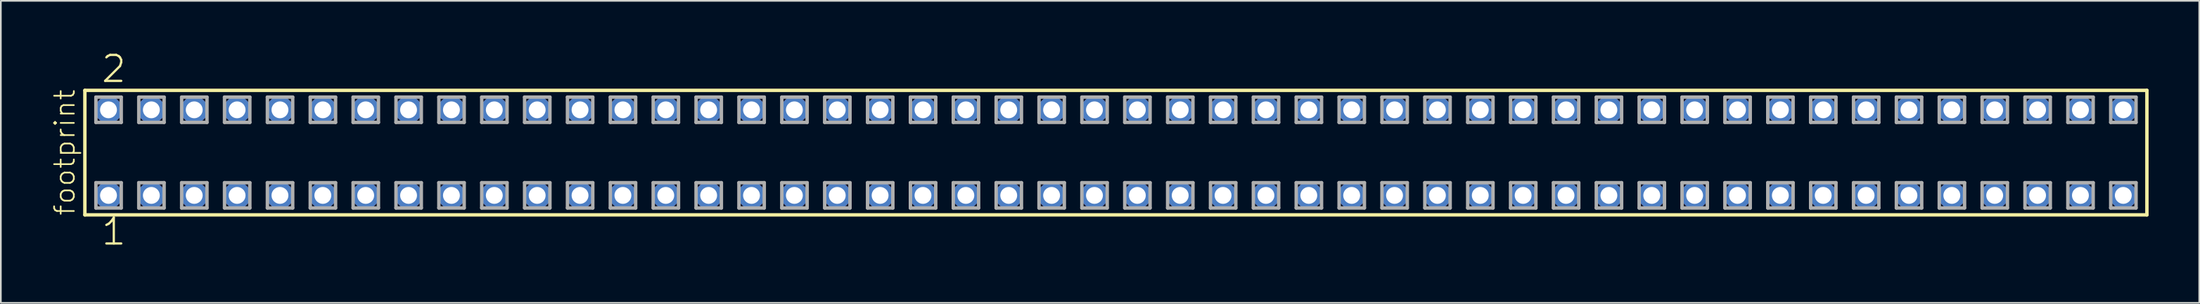
<source format=kicad_pcb>
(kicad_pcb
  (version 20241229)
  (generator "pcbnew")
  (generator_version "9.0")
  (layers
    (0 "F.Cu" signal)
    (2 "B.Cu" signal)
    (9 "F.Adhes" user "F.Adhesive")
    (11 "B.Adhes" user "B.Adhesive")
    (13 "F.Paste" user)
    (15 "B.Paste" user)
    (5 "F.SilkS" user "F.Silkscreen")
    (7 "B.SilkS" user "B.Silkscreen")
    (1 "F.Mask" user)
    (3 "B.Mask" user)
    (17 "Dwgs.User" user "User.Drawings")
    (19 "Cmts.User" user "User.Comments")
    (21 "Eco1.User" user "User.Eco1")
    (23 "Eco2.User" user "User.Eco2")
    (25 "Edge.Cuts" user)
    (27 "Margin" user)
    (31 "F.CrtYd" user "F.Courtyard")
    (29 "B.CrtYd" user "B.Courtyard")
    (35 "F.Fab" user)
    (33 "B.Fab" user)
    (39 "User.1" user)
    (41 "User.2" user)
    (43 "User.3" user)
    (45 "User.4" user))
  (footprint "footprint"
    (layer "F.Cu")
    (at 63.068 6.009)
    (property "Reference" "footprint" (at -61.595 3.81 90) (layer "F.SilkS") (effects (font (size 1.168 1.168) (thickness 0.102)) (justify left bottom)))
    (fp_line (start -61.089 -3.695) (end 61.089 -3.695) (stroke (width 0.203) (type solid)) (layer "F.SilkS"))
    (fp_line (start -61.089 3.695) (end -61.089 -3.695) (stroke (width 0.203) (type solid)) (layer "F.SilkS"))
    (fp_line (start 61.089 -3.695) (end 61.089 3.695) (stroke (width 0.203) (type solid)) (layer "F.SilkS"))
    (fp_line (start 61.089 3.695) (end -61.089 3.695) (stroke (width 0.203) (type solid)) (layer "F.SilkS"))
    (fp_line (start -60.435 -3.295) (end -58.935 -3.295) (stroke (width 0.203) (type solid)) (layer "F.Fab"))
    (fp_line (start -60.435 -1.795) (end -60.435 -3.295) (stroke (width 0.203) (type solid)) (layer "F.Fab"))
    (fp_line (start -60.435 1.785) (end -58.935 1.785) (stroke (width 0.203) (type solid)) (layer "F.Fab"))
    (fp_line (start -60.435 3.285) (end -60.435 1.785) (stroke (width 0.203) (type solid)) (layer "F.Fab"))
    (fp_line (start -58.935 -3.295) (end -58.935 -1.795) (stroke (width 0.203) (type solid)) (layer "F.Fab"))
    (fp_line (start -58.935 -1.795) (end -60.435 -1.795) (stroke (width 0.203) (type solid)) (layer "F.Fab"))
    (fp_line (start -58.935 1.785) (end -58.935 3.285) (stroke (width 0.203) (type solid)) (layer "F.Fab"))
    (fp_line (start -58.935 3.285) (end -60.435 3.285) (stroke (width 0.203) (type solid)) (layer "F.Fab"))
    (fp_line (start -57.895 -3.295) (end -56.395 -3.295) (stroke (width 0.203) (type solid)) (layer "F.Fab"))
    (fp_line (start -57.895 -1.795) (end -57.895 -3.295) (stroke (width 0.203) (type solid)) (layer "F.Fab"))
    (fp_line (start -57.895 1.785) (end -56.395 1.785) (stroke (width 0.203) (type solid)) (layer "F.Fab"))
    (fp_line (start -57.895 3.285) (end -57.895 1.785) (stroke (width 0.203) (type solid)) (layer "F.Fab"))
    (fp_line (start -56.395 -3.295) (end -56.395 -1.795) (stroke (width 0.203) (type solid)) (layer "F.Fab"))
    (fp_line (start -56.395 -1.795) (end -57.895 -1.795) (stroke (width 0.203) (type solid)) (layer "F.Fab"))
    (fp_line (start -56.395 1.785) (end -56.395 3.285) (stroke (width 0.203) (type solid)) (layer "F.Fab"))
    (fp_line (start -56.395 3.285) (end -57.895 3.285) (stroke (width 0.203) (type solid)) (layer "F.Fab"))
    (fp_line (start -55.355 -3.295) (end -53.855 -3.295) (stroke (width 0.203) (type solid)) (layer "F.Fab"))
    (fp_line (start -55.355 -1.795) (end -55.355 -3.295) (stroke (width 0.203) (type solid)) (layer "F.Fab"))
    (fp_line (start -55.355 1.785) (end -53.855 1.785) (stroke (width 0.203) (type solid)) (layer "F.Fab"))
    (fp_line (start -55.355 3.285) (end -55.355 1.785) (stroke (width 0.203) (type solid)) (layer "F.Fab"))
    (fp_line (start -53.855 -3.295) (end -53.855 -1.795) (stroke (width 0.203) (type solid)) (layer "F.Fab"))
    (fp_line (start -53.855 -1.795) (end -55.355 -1.795) (stroke (width 0.203) (type solid)) (layer "F.Fab"))
    (fp_line (start -53.855 1.785) (end -53.855 3.285) (stroke (width 0.203) (type solid)) (layer "F.Fab"))
    (fp_line (start -53.855 3.285) (end -55.355 3.285) (stroke (width 0.203) (type solid)) (layer "F.Fab"))
    (fp_line (start -52.815 -3.295) (end -51.315 -3.295) (stroke (width 0.203) (type solid)) (layer "F.Fab"))
    (fp_line (start -52.815 -1.795) (end -52.815 -3.295) (stroke (width 0.203) (type solid)) (layer "F.Fab"))
    (fp_line (start -52.815 1.785) (end -51.315 1.785) (stroke (width 0.203) (type solid)) (layer "F.Fab"))
    (fp_line (start -52.815 3.285) (end -52.815 1.785) (stroke (width 0.203) (type solid)) (layer "F.Fab"))
    (fp_line (start -51.315 -3.295) (end -51.315 -1.795) (stroke (width 0.203) (type solid)) (layer "F.Fab"))
    (fp_line (start -51.315 -1.795) (end -52.815 -1.795) (stroke (width 0.203) (type solid)) (layer "F.Fab"))
    (fp_line (start -51.315 1.785) (end -51.315 3.285) (stroke (width 0.203) (type solid)) (layer "F.Fab"))
    (fp_line (start -51.315 3.285) (end -52.815 3.285) (stroke (width 0.203) (type solid)) (layer "F.Fab"))
    (fp_line (start -50.275 -3.295) (end -48.775 -3.295) (stroke (width 0.203) (type solid)) (layer "F.Fab"))
    (fp_line (start -50.275 -1.795) (end -50.275 -3.295) (stroke (width 0.203) (type solid)) (layer "F.Fab"))
    (fp_line (start -50.275 1.785) (end -48.775 1.785) (stroke (width 0.203) (type solid)) (layer "F.Fab"))
    (fp_line (start -50.275 3.285) (end -50.275 1.785) (stroke (width 0.203) (type solid)) (layer "F.Fab"))
    (fp_line (start -48.775 -3.295) (end -48.775 -1.795) (stroke (width 0.203) (type solid)) (layer "F.Fab"))
    (fp_line (start -48.775 -1.795) (end -50.275 -1.795) (stroke (width 0.203) (type solid)) (layer "F.Fab"))
    (fp_line (start -48.775 1.785) (end -48.775 3.285) (stroke (width 0.203) (type solid)) (layer "F.Fab"))
    (fp_line (start -48.775 3.285) (end -50.275 3.285) (stroke (width 0.203) (type solid)) (layer "F.Fab"))
    (fp_line (start -47.735 -3.295) (end -46.235 -3.295) (stroke (width 0.203) (type solid)) (layer "F.Fab"))
    (fp_line (start -47.735 -1.795) (end -47.735 -3.295) (stroke (width 0.203) (type solid)) (layer "F.Fab"))
    (fp_line (start -47.735 1.785) (end -46.235 1.785) (stroke (width 0.203) (type solid)) (layer "F.Fab"))
    (fp_line (start -47.735 3.285) (end -47.735 1.785) (stroke (width 0.203) (type solid)) (layer "F.Fab"))
    (fp_line (start -46.235 -3.295) (end -46.235 -1.795) (stroke (width 0.203) (type solid)) (layer "F.Fab"))
    (fp_line (start -46.235 -1.795) (end -47.735 -1.795) (stroke (width 0.203) (type solid)) (layer "F.Fab"))
    (fp_line (start -46.235 1.785) (end -46.235 3.285) (stroke (width 0.203) (type solid)) (layer "F.Fab"))
    (fp_line (start -46.235 3.285) (end -47.735 3.285) (stroke (width 0.203) (type solid)) (layer "F.Fab"))
    (fp_line (start -45.195 -3.295) (end -43.695 -3.295) (stroke (width 0.203) (type solid)) (layer "F.Fab"))
    (fp_line (start -45.195 -1.795) (end -45.195 -3.295) (stroke (width 0.203) (type solid)) (layer "F.Fab"))
    (fp_line (start -45.195 1.785) (end -43.695 1.785) (stroke (width 0.203) (type solid)) (layer "F.Fab"))
    (fp_line (start -45.195 3.285) (end -45.195 1.785) (stroke (width 0.203) (type solid)) (layer "F.Fab"))
    (fp_line (start -43.695 -3.295) (end -43.695 -1.795) (stroke (width 0.203) (type solid)) (layer "F.Fab"))
    (fp_line (start -43.695 -1.795) (end -45.195 -1.795) (stroke (width 0.203) (type solid)) (layer "F.Fab"))
    (fp_line (start -43.695 1.785) (end -43.695 3.285) (stroke (width 0.203) (type solid)) (layer "F.Fab"))
    (fp_line (start -43.695 3.285) (end -45.195 3.285) (stroke (width 0.203) (type solid)) (layer "F.Fab"))
    (fp_line (start -42.655 -3.295) (end -41.155 -3.295) (stroke (width 0.203) (type solid)) (layer "F.Fab"))
    (fp_line (start -42.655 -1.795) (end -42.655 -3.295) (stroke (width 0.203) (type solid)) (layer "F.Fab"))
    (fp_line (start -42.655 1.785) (end -41.155 1.785) (stroke (width 0.203) (type solid)) (layer "F.Fab"))
    (fp_line (start -42.655 3.285) (end -42.655 1.785) (stroke (width 0.203) (type solid)) (layer "F.Fab"))
    (fp_line (start -41.155 -3.295) (end -41.155 -1.795) (stroke (width 0.203) (type solid)) (layer "F.Fab"))
    (fp_line (start -41.155 -1.795) (end -42.655 -1.795) (stroke (width 0.203) (type solid)) (layer "F.Fab"))
    (fp_line (start -41.155 1.785) (end -41.155 3.285) (stroke (width 0.203) (type solid)) (layer "F.Fab"))
    (fp_line (start -41.155 3.285) (end -42.655 3.285) (stroke (width 0.203) (type solid)) (layer "F.Fab"))
    (fp_line (start -40.115 -3.295) (end -38.615 -3.295) (stroke (width 0.203) (type solid)) (layer "F.Fab"))
    (fp_line (start -40.115 -1.795) (end -40.115 -3.295) (stroke (width 0.203) (type solid)) (layer "F.Fab"))
    (fp_line (start -40.115 1.785) (end -38.615 1.785) (stroke (width 0.203) (type solid)) (layer "F.Fab"))
    (fp_line (start -40.115 3.285) (end -40.115 1.785) (stroke (width 0.203) (type solid)) (layer "F.Fab"))
    (fp_line (start -38.615 -3.295) (end -38.615 -1.795) (stroke (width 0.203) (type solid)) (layer "F.Fab"))
    (fp_line (start -38.615 -1.795) (end -40.115 -1.795) (stroke (width 0.203) (type solid)) (layer "F.Fab"))
    (fp_line (start -38.615 1.785) (end -38.615 3.285) (stroke (width 0.203) (type solid)) (layer "F.Fab"))
    (fp_line (start -38.615 3.285) (end -40.115 3.285) (stroke (width 0.203) (type solid)) (layer "F.Fab"))
    (fp_line (start -37.575 -3.295) (end -36.075 -3.295) (stroke (width 0.203) (type solid)) (layer "F.Fab"))
    (fp_line (start -37.575 -1.795) (end -37.575 -3.295) (stroke (width 0.203) (type solid)) (layer "F.Fab"))
    (fp_line (start -37.575 1.785) (end -36.075 1.785) (stroke (width 0.203) (type solid)) (layer "F.Fab"))
    (fp_line (start -37.575 3.285) (end -37.575 1.785) (stroke (width 0.203) (type solid)) (layer "F.Fab"))
    (fp_line (start -36.075 -3.295) (end -36.075 -1.795) (stroke (width 0.203) (type solid)) (layer "F.Fab"))
    (fp_line (start -36.075 -1.795) (end -37.575 -1.795) (stroke (width 0.203) (type solid)) (layer "F.Fab"))
    (fp_line (start -36.075 1.785) (end -36.075 3.285) (stroke (width 0.203) (type solid)) (layer "F.Fab"))
    (fp_line (start -36.075 3.285) (end -37.575 3.285) (stroke (width 0.203) (type solid)) (layer "F.Fab"))
    (fp_line (start -35.035 -3.295) (end -33.535 -3.295) (stroke (width 0.203) (type solid)) (layer "F.Fab"))
    (fp_line (start -35.035 -1.795) (end -35.035 -3.295) (stroke (width 0.203) (type solid)) (layer "F.Fab"))
    (fp_line (start -35.035 1.785) (end -33.535 1.785) (stroke (width 0.203) (type solid)) (layer "F.Fab"))
    (fp_line (start -35.035 3.285) (end -35.035 1.785) (stroke (width 0.203) (type solid)) (layer "F.Fab"))
    (fp_line (start -33.535 -3.295) (end -33.535 -1.795) (stroke (width 0.203) (type solid)) (layer "F.Fab"))
    (fp_line (start -33.535 -1.795) (end -35.035 -1.795) (stroke (width 0.203) (type solid)) (layer "F.Fab"))
    (fp_line (start -33.535 1.785) (end -33.535 3.285) (stroke (width 0.203) (type solid)) (layer "F.Fab"))
    (fp_line (start -33.535 3.285) (end -35.035 3.285) (stroke (width 0.203) (type solid)) (layer "F.Fab"))
    (fp_line (start -32.495 -3.295) (end -30.995 -3.295) (stroke (width 0.203) (type solid)) (layer "F.Fab"))
    (fp_line (start -32.495 -1.795) (end -32.495 -3.295) (stroke (width 0.203) (type solid)) (layer "F.Fab"))
    (fp_line (start -32.495 1.785) (end -30.995 1.785) (stroke (width 0.203) (type solid)) (layer "F.Fab"))
    (fp_line (start -32.495 3.285) (end -32.495 1.785) (stroke (width 0.203) (type solid)) (layer "F.Fab"))
    (fp_line (start -30.995 -3.295) (end -30.995 -1.795) (stroke (width 0.203) (type solid)) (layer "F.Fab"))
    (fp_line (start -30.995 -1.795) (end -32.495 -1.795) (stroke (width 0.203) (type solid)) (layer "F.Fab"))
    (fp_line (start -30.995 1.785) (end -30.995 3.285) (stroke (width 0.203) (type solid)) (layer "F.Fab"))
    (fp_line (start -30.995 3.285) (end -32.495 3.285) (stroke (width 0.203) (type solid)) (layer "F.Fab"))
    (fp_line (start -29.955 -3.295) (end -28.455 -3.295) (stroke (width 0.203) (type solid)) (layer "F.Fab"))
    (fp_line (start -29.955 -1.795) (end -29.955 -3.295) (stroke (width 0.203) (type solid)) (layer "F.Fab"))
    (fp_line (start -29.955 1.785) (end -28.455 1.785) (stroke (width 0.203) (type solid)) (layer "F.Fab"))
    (fp_line (start -29.955 3.285) (end -29.955 1.785) (stroke (width 0.203) (type solid)) (layer "F.Fab"))
    (fp_line (start -28.455 -3.295) (end -28.455 -1.795) (stroke (width 0.203) (type solid)) (layer "F.Fab"))
    (fp_line (start -28.455 -1.795) (end -29.955 -1.795) (stroke (width 0.203) (type solid)) (layer "F.Fab"))
    (fp_line (start -28.455 1.785) (end -28.455 3.285) (stroke (width 0.203) (type solid)) (layer "F.Fab"))
    (fp_line (start -28.455 3.285) (end -29.955 3.285) (stroke (width 0.203) (type solid)) (layer "F.Fab"))
    (fp_line (start -27.415 -3.295) (end -25.915 -3.295) (stroke (width 0.203) (type solid)) (layer "F.Fab"))
    (fp_line (start -27.415 -1.795) (end -27.415 -3.295) (stroke (width 0.203) (type solid)) (layer "F.Fab"))
    (fp_line (start -27.415 1.785) (end -25.915 1.785) (stroke (width 0.203) (type solid)) (layer "F.Fab"))
    (fp_line (start -27.415 3.285) (end -27.415 1.785) (stroke (width 0.203) (type solid)) (layer "F.Fab"))
    (fp_line (start -25.915 -3.295) (end -25.915 -1.795) (stroke (width 0.203) (type solid)) (layer "F.Fab"))
    (fp_line (start -25.915 -1.795) (end -27.415 -1.795) (stroke (width 0.203) (type solid)) (layer "F.Fab"))
    (fp_line (start -25.915 1.785) (end -25.915 3.285) (stroke (width 0.203) (type solid)) (layer "F.Fab"))
    (fp_line (start -25.915 3.285) (end -27.415 3.285) (stroke (width 0.203) (type solid)) (layer "F.Fab"))
    (fp_line (start -24.875 -3.295) (end -23.375 -3.295) (stroke (width 0.203) (type solid)) (layer "F.Fab"))
    (fp_line (start -24.875 -1.795) (end -24.875 -3.295) (stroke (width 0.203) (type solid)) (layer "F.Fab"))
    (fp_line (start -24.875 1.785) (end -23.375 1.785) (stroke (width 0.203) (type solid)) (layer "F.Fab"))
    (fp_line (start -24.875 3.285) (end -24.875 1.785) (stroke (width 0.203) (type solid)) (layer "F.Fab"))
    (fp_line (start -23.375 -3.295) (end -23.375 -1.795) (stroke (width 0.203) (type solid)) (layer "F.Fab"))
    (fp_line (start -23.375 -1.795) (end -24.875 -1.795) (stroke (width 0.203) (type solid)) (layer "F.Fab"))
    (fp_line (start -23.375 1.785) (end -23.375 3.285) (stroke (width 0.203) (type solid)) (layer "F.Fab"))
    (fp_line (start -23.375 3.285) (end -24.875 3.285) (stroke (width 0.203) (type solid)) (layer "F.Fab"))
    (fp_line (start -22.335 -3.295) (end -20.835 -3.295) (stroke (width 0.203) (type solid)) (layer "F.Fab"))
    (fp_line (start -22.335 -1.795) (end -22.335 -3.295) (stroke (width 0.203) (type solid)) (layer "F.Fab"))
    (fp_line (start -22.335 1.785) (end -20.835 1.785) (stroke (width 0.203) (type solid)) (layer "F.Fab"))
    (fp_line (start -22.335 3.285) (end -22.335 1.785) (stroke (width 0.203) (type solid)) (layer "F.Fab"))
    (fp_line (start -20.835 -3.295) (end -20.835 -1.795) (stroke (width 0.203) (type solid)) (layer "F.Fab"))
    (fp_line (start -20.835 -1.795) (end -22.335 -1.795) (stroke (width 0.203) (type solid)) (layer "F.Fab"))
    (fp_line (start -20.835 1.785) (end -20.835 3.285) (stroke (width 0.203) (type solid)) (layer "F.Fab"))
    (fp_line (start -20.835 3.285) (end -22.335 3.285) (stroke (width 0.203) (type solid)) (layer "F.Fab"))
    (fp_line (start -19.795 -3.295) (end -18.295 -3.295) (stroke (width 0.203) (type solid)) (layer "F.Fab"))
    (fp_line (start -19.795 -1.795) (end -19.795 -3.295) (stroke (width 0.203) (type solid)) (layer "F.Fab"))
    (fp_line (start -19.795 1.785) (end -18.295 1.785) (stroke (width 0.203) (type solid)) (layer "F.Fab"))
    (fp_line (start -19.795 3.285) (end -19.795 1.785) (stroke (width 0.203) (type solid)) (layer "F.Fab"))
    (fp_line (start -18.295 -3.295) (end -18.295 -1.795) (stroke (width 0.203) (type solid)) (layer "F.Fab"))
    (fp_line (start -18.295 -1.795) (end -19.795 -1.795) (stroke (width 0.203) (type solid)) (layer "F.Fab"))
    (fp_line (start -18.295 1.785) (end -18.295 3.285) (stroke (width 0.203) (type solid)) (layer "F.Fab"))
    (fp_line (start -18.295 3.285) (end -19.795 3.285) (stroke (width 0.203) (type solid)) (layer "F.Fab"))
    (fp_line (start -17.255 -3.295) (end -15.755 -3.295) (stroke (width 0.203) (type solid)) (layer "F.Fab"))
    (fp_line (start -17.255 -1.795) (end -17.255 -3.295) (stroke (width 0.203) (type solid)) (layer "F.Fab"))
    (fp_line (start -17.255 1.785) (end -15.755 1.785) (stroke (width 0.203) (type solid)) (layer "F.Fab"))
    (fp_line (start -17.255 3.285) (end -17.255 1.785) (stroke (width 0.203) (type solid)) (layer "F.Fab"))
    (fp_line (start -15.755 -3.295) (end -15.755 -1.795) (stroke (width 0.203) (type solid)) (layer "F.Fab"))
    (fp_line (start -15.755 -1.795) (end -17.255 -1.795) (stroke (width 0.203) (type solid)) (layer "F.Fab"))
    (fp_line (start -15.755 1.785) (end -15.755 3.285) (stroke (width 0.203) (type solid)) (layer "F.Fab"))
    (fp_line (start -15.755 3.285) (end -17.255 3.285) (stroke (width 0.203) (type solid)) (layer "F.Fab"))
    (fp_line (start -14.715 -3.295) (end -13.215 -3.295) (stroke (width 0.203) (type solid)) (layer "F.Fab"))
    (fp_line (start -14.715 -1.795) (end -14.715 -3.295) (stroke (width 0.203) (type solid)) (layer "F.Fab"))
    (fp_line (start -14.715 1.785) (end -13.215 1.785) (stroke (width 0.203) (type solid)) (layer "F.Fab"))
    (fp_line (start -14.715 3.285) (end -14.715 1.785) (stroke (width 0.203) (type solid)) (layer "F.Fab"))
    (fp_line (start -13.215 -3.295) (end -13.215 -1.795) (stroke (width 0.203) (type solid)) (layer "F.Fab"))
    (fp_line (start -13.215 -1.795) (end -14.715 -1.795) (stroke (width 0.203) (type solid)) (layer "F.Fab"))
    (fp_line (start -13.215 1.785) (end -13.215 3.285) (stroke (width 0.203) (type solid)) (layer "F.Fab"))
    (fp_line (start -13.215 3.285) (end -14.715 3.285) (stroke (width 0.203) (type solid)) (layer "F.Fab"))
    (fp_line (start -12.175 -3.295) (end -10.675 -3.295) (stroke (width 0.203) (type solid)) (layer "F.Fab"))
    (fp_line (start -12.175 -1.795) (end -12.175 -3.295) (stroke (width 0.203) (type solid)) (layer "F.Fab"))
    (fp_line (start -12.175 1.785) (end -10.675 1.785) (stroke (width 0.203) (type solid)) (layer "F.Fab"))
    (fp_line (start -12.175 3.285) (end -12.175 1.785) (stroke (width 0.203) (type solid)) (layer "F.Fab"))
    (fp_line (start -10.675 -3.295) (end -10.675 -1.795) (stroke (width 0.203) (type solid)) (layer "F.Fab"))
    (fp_line (start -10.675 -1.795) (end -12.175 -1.795) (stroke (width 0.203) (type solid)) (layer "F.Fab"))
    (fp_line (start -10.675 1.785) (end -10.675 3.285) (stroke (width 0.203) (type solid)) (layer "F.Fab"))
    (fp_line (start -10.675 3.285) (end -12.175 3.285) (stroke (width 0.203) (type solid)) (layer "F.Fab"))
    (fp_line (start -9.635 -3.295) (end -8.135 -3.295) (stroke (width 0.203) (type solid)) (layer "F.Fab"))
    (fp_line (start -9.635 -1.795) (end -9.635 -3.295) (stroke (width 0.203) (type solid)) (layer "F.Fab"))
    (fp_line (start -9.635 1.785) (end -8.135 1.785) (stroke (width 0.203) (type solid)) (layer "F.Fab"))
    (fp_line (start -9.635 3.285) (end -9.635 1.785) (stroke (width 0.203) (type solid)) (layer "F.Fab"))
    (fp_line (start -8.135 -3.295) (end -8.135 -1.795) (stroke (width 0.203) (type solid)) (layer "F.Fab"))
    (fp_line (start -8.135 -1.795) (end -9.635 -1.795) (stroke (width 0.203) (type solid)) (layer "F.Fab"))
    (fp_line (start -8.135 1.785) (end -8.135 3.285) (stroke (width 0.203) (type solid)) (layer "F.Fab"))
    (fp_line (start -8.135 3.285) (end -9.635 3.285) (stroke (width 0.203) (type solid)) (layer "F.Fab"))
    (fp_line (start -7.095 -3.295) (end -5.595 -3.295) (stroke (width 0.203) (type solid)) (layer "F.Fab"))
    (fp_line (start -7.095 -1.795) (end -7.095 -3.295) (stroke (width 0.203) (type solid)) (layer "F.Fab"))
    (fp_line (start -7.095 1.785) (end -5.595 1.785) (stroke (width 0.203) (type solid)) (layer "F.Fab"))
    (fp_line (start -7.095 3.285) (end -7.095 1.785) (stroke (width 0.203) (type solid)) (layer "F.Fab"))
    (fp_line (start -5.595 -3.295) (end -5.595 -1.795) (stroke (width 0.203) (type solid)) (layer "F.Fab"))
    (fp_line (start -5.595 -1.795) (end -7.095 -1.795) (stroke (width 0.203) (type solid)) (layer "F.Fab"))
    (fp_line (start -5.595 1.785) (end -5.595 3.285) (stroke (width 0.203) (type solid)) (layer "F.Fab"))
    (fp_line (start -5.595 3.285) (end -7.095 3.285) (stroke (width 0.203) (type solid)) (layer "F.Fab"))
    (fp_line (start -4.555 -3.295) (end -3.055 -3.295) (stroke (width 0.203) (type solid)) (layer "F.Fab"))
    (fp_line (start -4.555 -1.795) (end -4.555 -3.295) (stroke (width 0.203) (type solid)) (layer "F.Fab"))
    (fp_line (start -4.555 1.785) (end -3.055 1.785) (stroke (width 0.203) (type solid)) (layer "F.Fab"))
    (fp_line (start -4.555 3.285) (end -4.555 1.785) (stroke (width 0.203) (type solid)) (layer "F.Fab"))
    (fp_line (start -3.055 -3.295) (end -3.055 -1.795) (stroke (width 0.203) (type solid)) (layer "F.Fab"))
    (fp_line (start -3.055 -1.795) (end -4.555 -1.795) (stroke (width 0.203) (type solid)) (layer "F.Fab"))
    (fp_line (start -3.055 1.785) (end -3.055 3.285) (stroke (width 0.203) (type solid)) (layer "F.Fab"))
    (fp_line (start -3.055 3.285) (end -4.555 3.285) (stroke (width 0.203) (type solid)) (layer "F.Fab"))
    (fp_line (start -2.015 -3.295) (end -0.515 -3.295) (stroke (width 0.203) (type solid)) (layer "F.Fab"))
    (fp_line (start -2.015 -1.795) (end -2.015 -3.295) (stroke (width 0.203) (type solid)) (layer "F.Fab"))
    (fp_line (start -2.015 1.785) (end -0.515 1.785) (stroke (width 0.203) (type solid)) (layer "F.Fab"))
    (fp_line (start -2.015 3.285) (end -2.015 1.785) (stroke (width 0.203) (type solid)) (layer "F.Fab"))
    (fp_line (start -0.515 -3.295) (end -0.515 -1.795) (stroke (width 0.203) (type solid)) (layer "F.Fab"))
    (fp_line (start -0.515 -1.795) (end -2.015 -1.795) (stroke (width 0.203) (type solid)) (layer "F.Fab"))
    (fp_line (start -0.515 1.785) (end -0.515 3.285) (stroke (width 0.203) (type solid)) (layer "F.Fab"))
    (fp_line (start -0.515 3.285) (end -2.015 3.285) (stroke (width 0.203) (type solid)) (layer "F.Fab"))
    (fp_line (start 0.525 -3.295) (end 2.025 -3.295) (stroke (width 0.203) (type solid)) (layer "F.Fab"))
    (fp_line (start 0.525 -1.795) (end 0.525 -3.295) (stroke (width 0.203) (type solid)) (layer "F.Fab"))
    (fp_line (start 0.525 1.785) (end 2.025 1.785) (stroke (width 0.203) (type solid)) (layer "F.Fab"))
    (fp_line (start 0.525 3.285) (end 0.525 1.785) (stroke (width 0.203) (type solid)) (layer "F.Fab"))
    (fp_line (start 2.025 -3.295) (end 2.025 -1.795) (stroke (width 0.203) (type solid)) (layer "F.Fab"))
    (fp_line (start 2.025 -1.795) (end 0.525 -1.795) (stroke (width 0.203) (type solid)) (layer "F.Fab"))
    (fp_line (start 2.025 1.785) (end 2.025 3.285) (stroke (width 0.203) (type solid)) (layer "F.Fab"))
    (fp_line (start 2.025 3.285) (end 0.525 3.285) (stroke (width 0.203) (type solid)) (layer "F.Fab"))
    (fp_line (start 3.065 -3.295) (end 4.565 -3.295) (stroke (width 0.203) (type solid)) (layer "F.Fab"))
    (fp_line (start 3.065 -1.795) (end 3.065 -3.295) (stroke (width 0.203) (type solid)) (layer "F.Fab"))
    (fp_line (start 3.065 1.785) (end 4.565 1.785) (stroke (width 0.203) (type solid)) (layer "F.Fab"))
    (fp_line (start 3.065 3.285) (end 3.065 1.785) (stroke (width 0.203) (type solid)) (layer "F.Fab"))
    (fp_line (start 4.565 -3.295) (end 4.565 -1.795) (stroke (width 0.203) (type solid)) (layer "F.Fab"))
    (fp_line (start 4.565 -1.795) (end 3.065 -1.795) (stroke (width 0.203) (type solid)) (layer "F.Fab"))
    (fp_line (start 4.565 1.785) (end 4.565 3.285) (stroke (width 0.203) (type solid)) (layer "F.Fab"))
    (fp_line (start 4.565 3.285) (end 3.065 3.285) (stroke (width 0.203) (type solid)) (layer "F.Fab"))
    (fp_line (start 5.605 -3.295) (end 7.105 -3.295) (stroke (width 0.203) (type solid)) (layer "F.Fab"))
    (fp_line (start 5.605 -1.795) (end 5.605 -3.295) (stroke (width 0.203) (type solid)) (layer "F.Fab"))
    (fp_line (start 5.605 1.785) (end 7.105 1.785) (stroke (width 0.203) (type solid)) (layer "F.Fab"))
    (fp_line (start 5.605 3.285) (end 5.605 1.785) (stroke (width 0.203) (type solid)) (layer "F.Fab"))
    (fp_line (start 7.105 -3.295) (end 7.105 -1.795) (stroke (width 0.203) (type solid)) (layer "F.Fab"))
    (fp_line (start 7.105 -1.795) (end 5.605 -1.795) (stroke (width 0.203) (type solid)) (layer "F.Fab"))
    (fp_line (start 7.105 1.785) (end 7.105 3.285) (stroke (width 0.203) (type solid)) (layer "F.Fab"))
    (fp_line (start 7.105 3.285) (end 5.605 3.285) (stroke (width 0.203) (type solid)) (layer "F.Fab"))
    (fp_line (start 8.145 -3.295) (end 9.645 -3.295) (stroke (width 0.203) (type solid)) (layer "F.Fab"))
    (fp_line (start 8.145 -1.795) (end 8.145 -3.295) (stroke (width 0.203) (type solid)) (layer "F.Fab"))
    (fp_line (start 8.145 1.785) (end 9.645 1.785) (stroke (width 0.203) (type solid)) (layer "F.Fab"))
    (fp_line (start 8.145 3.285) (end 8.145 1.785) (stroke (width 0.203) (type solid)) (layer "F.Fab"))
    (fp_line (start 9.645 -3.295) (end 9.645 -1.795) (stroke (width 0.203) (type solid)) (layer "F.Fab"))
    (fp_line (start 9.645 -1.795) (end 8.145 -1.795) (stroke (width 0.203) (type solid)) (layer "F.Fab"))
    (fp_line (start 9.645 1.785) (end 9.645 3.285) (stroke (width 0.203) (type solid)) (layer "F.Fab"))
    (fp_line (start 9.645 3.285) (end 8.145 3.285) (stroke (width 0.203) (type solid)) (layer "F.Fab"))
    (fp_line (start 10.685 -3.295) (end 12.185 -3.295) (stroke (width 0.203) (type solid)) (layer "F.Fab"))
    (fp_line (start 10.685 -1.795) (end 10.685 -3.295) (stroke (width 0.203) (type solid)) (layer "F.Fab"))
    (fp_line (start 10.685 1.785) (end 12.185 1.785) (stroke (width 0.203) (type solid)) (layer "F.Fab"))
    (fp_line (start 10.685 3.285) (end 10.685 1.785) (stroke (width 0.203) (type solid)) (layer "F.Fab"))
    (fp_line (start 12.185 -3.295) (end 12.185 -1.795) (stroke (width 0.203) (type solid)) (layer "F.Fab"))
    (fp_line (start 12.185 -1.795) (end 10.685 -1.795) (stroke (width 0.203) (type solid)) (layer "F.Fab"))
    (fp_line (start 12.185 1.785) (end 12.185 3.285) (stroke (width 0.203) (type solid)) (layer "F.Fab"))
    (fp_line (start 12.185 3.285) (end 10.685 3.285) (stroke (width 0.203) (type solid)) (layer "F.Fab"))
    (fp_line (start 13.225 -3.295) (end 14.725 -3.295) (stroke (width 0.203) (type solid)) (layer "F.Fab"))
    (fp_line (start 13.225 -1.795) (end 13.225 -3.295) (stroke (width 0.203) (type solid)) (layer "F.Fab"))
    (fp_line (start 13.225 1.785) (end 14.725 1.785) (stroke (width 0.203) (type solid)) (layer "F.Fab"))
    (fp_line (start 13.225 3.285) (end 13.225 1.785) (stroke (width 0.203) (type solid)) (layer "F.Fab"))
    (fp_line (start 14.725 -3.295) (end 14.725 -1.795) (stroke (width 0.203) (type solid)) (layer "F.Fab"))
    (fp_line (start 14.725 -1.795) (end 13.225 -1.795) (stroke (width 0.203) (type solid)) (layer "F.Fab"))
    (fp_line (start 14.725 1.785) (end 14.725 3.285) (stroke (width 0.203) (type solid)) (layer "F.Fab"))
    (fp_line (start 14.725 3.285) (end 13.225 3.285) (stroke (width 0.203) (type solid)) (layer "F.Fab"))
    (fp_line (start 15.765 -3.295) (end 17.265 -3.295) (stroke (width 0.203) (type solid)) (layer "F.Fab"))
    (fp_line (start 15.765 -1.795) (end 15.765 -3.295) (stroke (width 0.203) (type solid)) (layer "F.Fab"))
    (fp_line (start 15.765 1.785) (end 17.265 1.785) (stroke (width 0.203) (type solid)) (layer "F.Fab"))
    (fp_line (start 15.765 3.285) (end 15.765 1.785) (stroke (width 0.203) (type solid)) (layer "F.Fab"))
    (fp_line (start 17.265 -3.295) (end 17.265 -1.795) (stroke (width 0.203) (type solid)) (layer "F.Fab"))
    (fp_line (start 17.265 -1.795) (end 15.765 -1.795) (stroke (width 0.203) (type solid)) (layer "F.Fab"))
    (fp_line (start 17.265 1.785) (end 17.265 3.285) (stroke (width 0.203) (type solid)) (layer "F.Fab"))
    (fp_line (start 17.265 3.285) (end 15.765 3.285) (stroke (width 0.203) (type solid)) (layer "F.Fab"))
    (fp_line (start 18.305 -3.295) (end 19.805 -3.295) (stroke (width 0.203) (type solid)) (layer "F.Fab"))
    (fp_line (start 18.305 -1.795) (end 18.305 -3.295) (stroke (width 0.203) (type solid)) (layer "F.Fab"))
    (fp_line (start 18.305 1.785) (end 19.805 1.785) (stroke (width 0.203) (type solid)) (layer "F.Fab"))
    (fp_line (start 18.305 3.285) (end 18.305 1.785) (stroke (width 0.203) (type solid)) (layer "F.Fab"))
    (fp_line (start 19.805 -3.295) (end 19.805 -1.795) (stroke (width 0.203) (type solid)) (layer "F.Fab"))
    (fp_line (start 19.805 -1.795) (end 18.305 -1.795) (stroke (width 0.203) (type solid)) (layer "F.Fab"))
    (fp_line (start 19.805 1.785) (end 19.805 3.285) (stroke (width 0.203) (type solid)) (layer "F.Fab"))
    (fp_line (start 19.805 3.285) (end 18.305 3.285) (stroke (width 0.203) (type solid)) (layer "F.Fab"))
    (fp_line (start 20.845 -3.295) (end 22.345 -3.295) (stroke (width 0.203) (type solid)) (layer "F.Fab"))
    (fp_line (start 20.845 -1.795) (end 20.845 -3.295) (stroke (width 0.203) (type solid)) (layer "F.Fab"))
    (fp_line (start 20.845 1.785) (end 22.345 1.785) (stroke (width 0.203) (type solid)) (layer "F.Fab"))
    (fp_line (start 20.845 3.285) (end 20.845 1.785) (stroke (width 0.203) (type solid)) (layer "F.Fab"))
    (fp_line (start 22.345 -3.295) (end 22.345 -1.795) (stroke (width 0.203) (type solid)) (layer "F.Fab"))
    (fp_line (start 22.345 -1.795) (end 20.845 -1.795) (stroke (width 0.203) (type solid)) (layer "F.Fab"))
    (fp_line (start 22.345 1.785) (end 22.345 3.285) (stroke (width 0.203) (type solid)) (layer "F.Fab"))
    (fp_line (start 22.345 3.285) (end 20.845 3.285) (stroke (width 0.203) (type solid)) (layer "F.Fab"))
    (fp_line (start 23.385 -3.295) (end 24.885 -3.295) (stroke (width 0.203) (type solid)) (layer "F.Fab"))
    (fp_line (start 23.385 -1.795) (end 23.385 -3.295) (stroke (width 0.203) (type solid)) (layer "F.Fab"))
    (fp_line (start 23.385 1.785) (end 24.885 1.785) (stroke (width 0.203) (type solid)) (layer "F.Fab"))
    (fp_line (start 23.385 3.285) (end 23.385 1.785) (stroke (width 0.203) (type solid)) (layer "F.Fab"))
    (fp_line (start 24.885 -3.295) (end 24.885 -1.795) (stroke (width 0.203) (type solid)) (layer "F.Fab"))
    (fp_line (start 24.885 -1.795) (end 23.385 -1.795) (stroke (width 0.203) (type solid)) (layer "F.Fab"))
    (fp_line (start 24.885 1.785) (end 24.885 3.285) (stroke (width 0.203) (type solid)) (layer "F.Fab"))
    (fp_line (start 24.885 3.285) (end 23.385 3.285) (stroke (width 0.203) (type solid)) (layer "F.Fab"))
    (fp_line (start 25.925 -3.295) (end 27.425 -3.295) (stroke (width 0.203) (type solid)) (layer "F.Fab"))
    (fp_line (start 25.925 -1.795) (end 25.925 -3.295) (stroke (width 0.203) (type solid)) (layer "F.Fab"))
    (fp_line (start 25.925 1.785) (end 27.425 1.785) (stroke (width 0.203) (type solid)) (layer "F.Fab"))
    (fp_line (start 25.925 3.285) (end 25.925 1.785) (stroke (width 0.203) (type solid)) (layer "F.Fab"))
    (fp_line (start 27.425 -3.295) (end 27.425 -1.795) (stroke (width 0.203) (type solid)) (layer "F.Fab"))
    (fp_line (start 27.425 -1.795) (end 25.925 -1.795) (stroke (width 0.203) (type solid)) (layer "F.Fab"))
    (fp_line (start 27.425 1.785) (end 27.425 3.285) (stroke (width 0.203) (type solid)) (layer "F.Fab"))
    (fp_line (start 27.425 3.285) (end 25.925 3.285) (stroke (width 0.203) (type solid)) (layer "F.Fab"))
    (fp_line (start 28.465 -3.295) (end 29.965 -3.295) (stroke (width 0.203) (type solid)) (layer "F.Fab"))
    (fp_line (start 28.465 -1.795) (end 28.465 -3.295) (stroke (width 0.203) (type solid)) (layer "F.Fab"))
    (fp_line (start 28.465 1.785) (end 29.965 1.785) (stroke (width 0.203) (type solid)) (layer "F.Fab"))
    (fp_line (start 28.465 3.285) (end 28.465 1.785) (stroke (width 0.203) (type solid)) (layer "F.Fab"))
    (fp_line (start 29.965 -3.295) (end 29.965 -1.795) (stroke (width 0.203) (type solid)) (layer "F.Fab"))
    (fp_line (start 29.965 -1.795) (end 28.465 -1.795) (stroke (width 0.203) (type solid)) (layer "F.Fab"))
    (fp_line (start 29.965 1.785) (end 29.965 3.285) (stroke (width 0.203) (type solid)) (layer "F.Fab"))
    (fp_line (start 29.965 3.285) (end 28.465 3.285) (stroke (width 0.203) (type solid)) (layer "F.Fab"))
    (fp_line (start 31.005 -3.295) (end 32.505 -3.295) (stroke (width 0.203) (type solid)) (layer "F.Fab"))
    (fp_line (start 31.005 -1.795) (end 31.005 -3.295) (stroke (width 0.203) (type solid)) (layer "F.Fab"))
    (fp_line (start 31.005 1.785) (end 32.505 1.785) (stroke (width 0.203) (type solid)) (layer "F.Fab"))
    (fp_line (start 31.005 3.285) (end 31.005 1.785) (stroke (width 0.203) (type solid)) (layer "F.Fab"))
    (fp_line (start 32.505 -3.295) (end 32.505 -1.795) (stroke (width 0.203) (type solid)) (layer "F.Fab"))
    (fp_line (start 32.505 -1.795) (end 31.005 -1.795) (stroke (width 0.203) (type solid)) (layer "F.Fab"))
    (fp_line (start 32.505 1.785) (end 32.505 3.285) (stroke (width 0.203) (type solid)) (layer "F.Fab"))
    (fp_line (start 32.505 3.285) (end 31.005 3.285) (stroke (width 0.203) (type solid)) (layer "F.Fab"))
    (fp_line (start 33.545 -3.295) (end 35.045 -3.295) (stroke (width 0.203) (type solid)) (layer "F.Fab"))
    (fp_line (start 33.545 -1.795) (end 33.545 -3.295) (stroke (width 0.203) (type solid)) (layer "F.Fab"))
    (fp_line (start 33.545 1.785) (end 35.045 1.785) (stroke (width 0.203) (type solid)) (layer "F.Fab"))
    (fp_line (start 33.545 3.285) (end 33.545 1.785) (stroke (width 0.203) (type solid)) (layer "F.Fab"))
    (fp_line (start 35.045 -3.295) (end 35.045 -1.795) (stroke (width 0.203) (type solid)) (layer "F.Fab"))
    (fp_line (start 35.045 -1.795) (end 33.545 -1.795) (stroke (width 0.203) (type solid)) (layer "F.Fab"))
    (fp_line (start 35.045 1.785) (end 35.045 3.285) (stroke (width 0.203) (type solid)) (layer "F.Fab"))
    (fp_line (start 35.045 3.285) (end 33.545 3.285) (stroke (width 0.203) (type solid)) (layer "F.Fab"))
    (fp_line (start 36.085 -3.295) (end 37.585 -3.295) (stroke (width 0.203) (type solid)) (layer "F.Fab"))
    (fp_line (start 36.085 -1.795) (end 36.085 -3.295) (stroke (width 0.203) (type solid)) (layer "F.Fab"))
    (fp_line (start 36.085 1.785) (end 37.585 1.785) (stroke (width 0.203) (type solid)) (layer "F.Fab"))
    (fp_line (start 36.085 3.285) (end 36.085 1.785) (stroke (width 0.203) (type solid)) (layer "F.Fab"))
    (fp_line (start 37.585 -3.295) (end 37.585 -1.795) (stroke (width 0.203) (type solid)) (layer "F.Fab"))
    (fp_line (start 37.585 -1.795) (end 36.085 -1.795) (stroke (width 0.203) (type solid)) (layer "F.Fab"))
    (fp_line (start 37.585 1.785) (end 37.585 3.285) (stroke (width 0.203) (type solid)) (layer "F.Fab"))
    (fp_line (start 37.585 3.285) (end 36.085 3.285) (stroke (width 0.203) (type solid)) (layer "F.Fab"))
    (fp_line (start 38.625 -3.295) (end 40.125 -3.295) (stroke (width 0.203) (type solid)) (layer "F.Fab"))
    (fp_line (start 38.625 -1.795) (end 38.625 -3.295) (stroke (width 0.203) (type solid)) (layer "F.Fab"))
    (fp_line (start 38.625 1.785) (end 40.125 1.785) (stroke (width 0.203) (type solid)) (layer "F.Fab"))
    (fp_line (start 38.625 3.285) (end 38.625 1.785) (stroke (width 0.203) (type solid)) (layer "F.Fab"))
    (fp_line (start 40.125 -3.295) (end 40.125 -1.795) (stroke (width 0.203) (type solid)) (layer "F.Fab"))
    (fp_line (start 40.125 -1.795) (end 38.625 -1.795) (stroke (width 0.203) (type solid)) (layer "F.Fab"))
    (fp_line (start 40.125 1.785) (end 40.125 3.285) (stroke (width 0.203) (type solid)) (layer "F.Fab"))
    (fp_line (start 40.125 3.285) (end 38.625 3.285) (stroke (width 0.203) (type solid)) (layer "F.Fab"))
    (fp_line (start 41.165 -3.295) (end 42.665 -3.295) (stroke (width 0.203) (type solid)) (layer "F.Fab"))
    (fp_line (start 41.165 -1.795) (end 41.165 -3.295) (stroke (width 0.203) (type solid)) (layer "F.Fab"))
    (fp_line (start 41.165 1.785) (end 42.665 1.785) (stroke (width 0.203) (type solid)) (layer "F.Fab"))
    (fp_line (start 41.165 3.285) (end 41.165 1.785) (stroke (width 0.203) (type solid)) (layer "F.Fab"))
    (fp_line (start 42.665 -3.295) (end 42.665 -1.795) (stroke (width 0.203) (type solid)) (layer "F.Fab"))
    (fp_line (start 42.665 -1.795) (end 41.165 -1.795) (stroke (width 0.203) (type solid)) (layer "F.Fab"))
    (fp_line (start 42.665 1.785) (end 42.665 3.285) (stroke (width 0.203) (type solid)) (layer "F.Fab"))
    (fp_line (start 42.665 3.285) (end 41.165 3.285) (stroke (width 0.203) (type solid)) (layer "F.Fab"))
    (fp_line (start 43.705 -3.295) (end 45.205 -3.295) (stroke (width 0.203) (type solid)) (layer "F.Fab"))
    (fp_line (start 43.705 -1.795) (end 43.705 -3.295) (stroke (width 0.203) (type solid)) (layer "F.Fab"))
    (fp_line (start 43.705 1.785) (end 45.205 1.785) (stroke (width 0.203) (type solid)) (layer "F.Fab"))
    (fp_line (start 43.705 3.285) (end 43.705 1.785) (stroke (width 0.203) (type solid)) (layer "F.Fab"))
    (fp_line (start 45.205 -3.295) (end 45.205 -1.795) (stroke (width 0.203) (type solid)) (layer "F.Fab"))
    (fp_line (start 45.205 -1.795) (end 43.705 -1.795) (stroke (width 0.203) (type solid)) (layer "F.Fab"))
    (fp_line (start 45.205 1.785) (end 45.205 3.285) (stroke (width 0.203) (type solid)) (layer "F.Fab"))
    (fp_line (start 45.205 3.285) (end 43.705 3.285) (stroke (width 0.203) (type solid)) (layer "F.Fab"))
    (fp_line (start 46.245 -3.295) (end 47.745 -3.295) (stroke (width 0.203) (type solid)) (layer "F.Fab"))
    (fp_line (start 46.245 -1.795) (end 46.245 -3.295) (stroke (width 0.203) (type solid)) (layer "F.Fab"))
    (fp_line (start 46.245 1.785) (end 47.745 1.785) (stroke (width 0.203) (type solid)) (layer "F.Fab"))
    (fp_line (start 46.245 3.285) (end 46.245 1.785) (stroke (width 0.203) (type solid)) (layer "F.Fab"))
    (fp_line (start 47.745 -3.295) (end 47.745 -1.795) (stroke (width 0.203) (type solid)) (layer "F.Fab"))
    (fp_line (start 47.745 -1.795) (end 46.245 -1.795) (stroke (width 0.203) (type solid)) (layer "F.Fab"))
    (fp_line (start 47.745 1.785) (end 47.745 3.285) (stroke (width 0.203) (type solid)) (layer "F.Fab"))
    (fp_line (start 47.745 3.285) (end 46.245 3.285) (stroke (width 0.203) (type solid)) (layer "F.Fab"))
    (fp_line (start 48.785 -3.295) (end 50.285 -3.295) (stroke (width 0.203) (type solid)) (layer "F.Fab"))
    (fp_line (start 48.785 -1.795) (end 48.785 -3.295) (stroke (width 0.203) (type solid)) (layer "F.Fab"))
    (fp_line (start 48.785 1.785) (end 50.285 1.785) (stroke (width 0.203) (type solid)) (layer "F.Fab"))
    (fp_line (start 48.785 3.285) (end 48.785 1.785) (stroke (width 0.203) (type solid)) (layer "F.Fab"))
    (fp_line (start 50.285 -3.295) (end 50.285 -1.795) (stroke (width 0.203) (type solid)) (layer "F.Fab"))
    (fp_line (start 50.285 -1.795) (end 48.785 -1.795) (stroke (width 0.203) (type solid)) (layer "F.Fab"))
    (fp_line (start 50.285 1.785) (end 50.285 3.285) (stroke (width 0.203) (type solid)) (layer "F.Fab"))
    (fp_line (start 50.285 3.285) (end 48.785 3.285) (stroke (width 0.203) (type solid)) (layer "F.Fab"))
    (fp_line (start 51.325 -3.295) (end 52.825 -3.295) (stroke (width 0.203) (type solid)) (layer "F.Fab"))
    (fp_line (start 51.325 -1.795) (end 51.325 -3.295) (stroke (width 0.203) (type solid)) (layer "F.Fab"))
    (fp_line (start 51.325 1.785) (end 52.825 1.785) (stroke (width 0.203) (type solid)) (layer "F.Fab"))
    (fp_line (start 51.325 3.285) (end 51.325 1.785) (stroke (width 0.203) (type solid)) (layer "F.Fab"))
    (fp_line (start 52.825 -3.295) (end 52.825 -1.795) (stroke (width 0.203) (type solid)) (layer "F.Fab"))
    (fp_line (start 52.825 -1.795) (end 51.325 -1.795) (stroke (width 0.203) (type solid)) (layer "F.Fab"))
    (fp_line (start 52.825 1.785) (end 52.825 3.285) (stroke (width 0.203) (type solid)) (layer "F.Fab"))
    (fp_line (start 52.825 3.285) (end 51.325 3.285) (stroke (width 0.203) (type solid)) (layer "F.Fab"))
    (fp_line (start 53.865 -3.295) (end 55.365 -3.295) (stroke (width 0.203) (type solid)) (layer "F.Fab"))
    (fp_line (start 53.865 -1.795) (end 53.865 -3.295) (stroke (width 0.203) (type solid)) (layer "F.Fab"))
    (fp_line (start 53.865 1.785) (end 55.365 1.785) (stroke (width 0.203) (type solid)) (layer "F.Fab"))
    (fp_line (start 53.865 3.285) (end 53.865 1.785) (stroke (width 0.203) (type solid)) (layer "F.Fab"))
    (fp_line (start 55.365 -3.295) (end 55.365 -1.795) (stroke (width 0.203) (type solid)) (layer "F.Fab"))
    (fp_line (start 55.365 -1.795) (end 53.865 -1.795) (stroke (width 0.203) (type solid)) (layer "F.Fab"))
    (fp_line (start 55.365 1.785) (end 55.365 3.285) (stroke (width 0.203) (type solid)) (layer "F.Fab"))
    (fp_line (start 55.365 3.285) (end 53.865 3.285) (stroke (width 0.203) (type solid)) (layer "F.Fab"))
    (fp_line (start 56.405 -3.295) (end 57.905 -3.295) (stroke (width 0.203) (type solid)) (layer "F.Fab"))
    (fp_line (start 56.405 -1.795) (end 56.405 -3.295) (stroke (width 0.203) (type solid)) (layer "F.Fab"))
    (fp_line (start 56.405 1.785) (end 57.905 1.785) (stroke (width 0.203) (type solid)) (layer "F.Fab"))
    (fp_line (start 56.405 3.285) (end 56.405 1.785) (stroke (width 0.203) (type solid)) (layer "F.Fab"))
    (fp_line (start 57.905 -3.295) (end 57.905 -1.795) (stroke (width 0.203) (type solid)) (layer "F.Fab"))
    (fp_line (start 57.905 -1.795) (end 56.405 -1.795) (stroke (width 0.203) (type solid)) (layer "F.Fab"))
    (fp_line (start 57.905 1.785) (end 57.905 3.285) (stroke (width 0.203) (type solid)) (layer "F.Fab"))
    (fp_line (start 57.905 3.285) (end 56.405 3.285) (stroke (width 0.203) (type solid)) (layer "F.Fab"))
    (fp_line (start 58.945 -3.295) (end 60.445 -3.295) (stroke (width 0.203) (type solid)) (layer "F.Fab"))
    (fp_line (start 58.945 -1.795) (end 58.945 -3.295) (stroke (width 0.203) (type solid)) (layer "F.Fab"))
    (fp_line (start 58.945 1.785) (end 60.445 1.785) (stroke (width 0.203) (type solid)) (layer "F.Fab"))
    (fp_line (start 58.945 3.285) (end 58.945 1.785) (stroke (width 0.203) (type solid)) (layer "F.Fab"))
    (fp_line (start 60.445 -3.295) (end 60.445 -1.795) (stroke (width 0.203) (type solid)) (layer "F.Fab"))
    (fp_line (start 60.445 -1.795) (end 58.945 -1.795) (stroke (width 0.203) (type solid)) (layer "F.Fab"))
    (fp_line (start 60.445 1.785) (end 60.445 3.285) (stroke (width 0.203) (type solid)) (layer "F.Fab"))
    (fp_line (start 60.445 3.285) (end 58.945 3.285) (stroke (width 0.203) (type solid)) (layer "F.Fab"))
    (fp_text user "1" (at -60.198 5.588 0) (layer "F.SilkS") (effects (font (size 1.542 1.542) (thickness 0.134)) (justify left bottom)))
    (fp_text user "2" (at -60.198 -4.064 0) (layer "F.SilkS") (effects (font (size 1.542 1.542) (thickness 0.134)) (justify left bottom)))
    (pad "1" thru_hole roundrect (at -59.69 2.54) (size 1.5 1.5) (drill 1) (layers "*.Cu" "*.Mask") (roundrect_rratio 0.25) (chamfer_ratio 0.25) (chamfer top_left top_right bottom_left bottom_right))
    (pad "2" thru_hole roundrect (at -59.69 -2.54) (size 1.5 1.5) (drill 1) (layers "*.Cu" "*.Mask") (roundrect_rratio 0.25) (chamfer_ratio 0.25) (chamfer top_left top_right bottom_left bottom_right))
    (pad "3" thru_hole roundrect (at -57.15 2.54) (size 1.5 1.5) (drill 1) (layers "*.Cu" "*.Mask") (roundrect_rratio 0.25) (chamfer_ratio 0.25) (chamfer top_left top_right bottom_left bottom_right))
    (pad "4" thru_hole roundrect (at -57.15 -2.54) (size 1.5 1.5) (drill 1) (layers "*.Cu" "*.Mask") (roundrect_rratio 0.25) (chamfer_ratio 0.25) (chamfer top_left top_right bottom_left bottom_right))
    (pad "5" thru_hole roundrect (at -54.61 2.54) (size 1.5 1.5) (drill 1) (layers "*.Cu" "*.Mask") (roundrect_rratio 0.25) (chamfer_ratio 0.25) (chamfer top_left top_right bottom_left bottom_right))
    (pad "6" thru_hole roundrect (at -54.61 -2.54) (size 1.5 1.5) (drill 1) (layers "*.Cu" "*.Mask") (roundrect_rratio 0.25) (chamfer_ratio 0.25) (chamfer top_left top_right bottom_left bottom_right))
    (pad "7" thru_hole roundrect (at -52.07 2.54) (size 1.5 1.5) (drill 1) (layers "*.Cu" "*.Mask") (roundrect_rratio 0.25) (chamfer_ratio 0.25) (chamfer top_left top_right bottom_left bottom_right))
    (pad "8" thru_hole roundrect (at -52.07 -2.54) (size 1.5 1.5) (drill 1) (layers "*.Cu" "*.Mask") (roundrect_rratio 0.25) (chamfer_ratio 0.25) (chamfer top_left top_right bottom_left bottom_right))
    (pad "9" thru_hole roundrect (at -49.53 2.54) (size 1.5 1.5) (drill 1) (layers "*.Cu" "*.Mask") (roundrect_rratio 0.25) (chamfer_ratio 0.25) (chamfer top_left top_right bottom_left bottom_right))
    (pad "10" thru_hole roundrect (at -49.53 -2.54) (size 1.5 1.5) (drill 1) (layers "*.Cu" "*.Mask") (roundrect_rratio 0.25) (chamfer_ratio 0.25) (chamfer top_left top_right bottom_left bottom_right))
    (pad "11" thru_hole roundrect (at -46.99 2.54) (size 1.5 1.5) (drill 1) (layers "*.Cu" "*.Mask") (roundrect_rratio 0.25) (chamfer_ratio 0.25) (chamfer top_left top_right bottom_left bottom_right))
    (pad "12" thru_hole roundrect (at -46.99 -2.54) (size 1.5 1.5) (drill 1) (layers "*.Cu" "*.Mask") (roundrect_rratio 0.25) (chamfer_ratio 0.25) (chamfer top_left top_right bottom_left bottom_right))
    (pad "13" thru_hole roundrect (at -44.45 2.54) (size 1.5 1.5) (drill 1) (layers "*.Cu" "*.Mask") (roundrect_rratio 0.25) (chamfer_ratio 0.25) (chamfer top_left top_right bottom_left bottom_right))
    (pad "14" thru_hole roundrect (at -44.45 -2.54) (size 1.5 1.5) (drill 1) (layers "*.Cu" "*.Mask") (roundrect_rratio 0.25) (chamfer_ratio 0.25) (chamfer top_left top_right bottom_left bottom_right))
    (pad "15" thru_hole roundrect (at -41.91 2.54) (size 1.5 1.5) (drill 1) (layers "*.Cu" "*.Mask") (roundrect_rratio 0.25) (chamfer_ratio 0.25) (chamfer top_left top_right bottom_left bottom_right))
    (pad "16" thru_hole roundrect (at -41.91 -2.54) (size 1.5 1.5) (drill 1) (layers "*.Cu" "*.Mask") (roundrect_rratio 0.25) (chamfer_ratio 0.25) (chamfer top_left top_right bottom_left bottom_right))
    (pad "17" thru_hole roundrect (at -39.37 2.54) (size 1.5 1.5) (drill 1) (layers "*.Cu" "*.Mask") (roundrect_rratio 0.25) (chamfer_ratio 0.25) (chamfer top_left top_right bottom_left bottom_right))
    (pad "18" thru_hole roundrect (at -39.37 -2.54) (size 1.5 1.5) (drill 1) (layers "*.Cu" "*.Mask") (roundrect_rratio 0.25) (chamfer_ratio 0.25) (chamfer top_left top_right bottom_left bottom_right))
    (pad "19" thru_hole roundrect (at -36.83 2.54) (size 1.5 1.5) (drill 1) (layers "*.Cu" "*.Mask") (roundrect_rratio 0.25) (chamfer_ratio 0.25) (chamfer top_left top_right bottom_left bottom_right))
    (pad "20" thru_hole roundrect (at -36.83 -2.54) (size 1.5 1.5) (drill 1) (layers "*.Cu" "*.Mask") (roundrect_rratio 0.25) (chamfer_ratio 0.25) (chamfer top_left top_right bottom_left bottom_right))
    (pad "21" thru_hole roundrect (at -34.29 2.54) (size 1.5 1.5) (drill 1) (layers "*.Cu" "*.Mask") (roundrect_rratio 0.25) (chamfer_ratio 0.25) (chamfer top_left top_right bottom_left bottom_right))
    (pad "22" thru_hole roundrect (at -34.29 -2.54) (size 1.5 1.5) (drill 1) (layers "*.Cu" "*.Mask") (roundrect_rratio 0.25) (chamfer_ratio 0.25) (chamfer top_left top_right bottom_left bottom_right))
    (pad "23" thru_hole roundrect (at -31.75 2.54) (size 1.5 1.5) (drill 1) (layers "*.Cu" "*.Mask") (roundrect_rratio 0.25) (chamfer_ratio 0.25) (chamfer top_left top_right bottom_left bottom_right))
    (pad "24" thru_hole roundrect (at -31.75 -2.54) (size 1.5 1.5) (drill 1) (layers "*.Cu" "*.Mask") (roundrect_rratio 0.25) (chamfer_ratio 0.25) (chamfer top_left top_right bottom_left bottom_right))
    (pad "25" thru_hole roundrect (at -29.21 2.54) (size 1.5 1.5) (drill 1) (layers "*.Cu" "*.Mask") (roundrect_rratio 0.25) (chamfer_ratio 0.25) (chamfer top_left top_right bottom_left bottom_right))
    (pad "26" thru_hole roundrect (at -29.21 -2.54) (size 1.5 1.5) (drill 1) (layers "*.Cu" "*.Mask") (roundrect_rratio 0.25) (chamfer_ratio 0.25) (chamfer top_left top_right bottom_left bottom_right))
    (pad "27" thru_hole roundrect (at -26.67 2.54) (size 1.5 1.5) (drill 1) (layers "*.Cu" "*.Mask") (roundrect_rratio 0.25) (chamfer_ratio 0.25) (chamfer top_left top_right bottom_left bottom_right))
    (pad "28" thru_hole roundrect (at -26.67 -2.54) (size 1.5 1.5) (drill 1) (layers "*.Cu" "*.Mask") (roundrect_rratio 0.25) (chamfer_ratio 0.25) (chamfer top_left top_right bottom_left bottom_right))
    (pad "29" thru_hole roundrect (at -24.13 2.54) (size 1.5 1.5) (drill 1) (layers "*.Cu" "*.Mask") (roundrect_rratio 0.25) (chamfer_ratio 0.25) (chamfer top_left top_right bottom_left bottom_right))
    (pad "30" thru_hole roundrect (at -24.13 -2.54) (size 1.5 1.5) (drill 1) (layers "*.Cu" "*.Mask") (roundrect_rratio 0.25) (chamfer_ratio 0.25) (chamfer top_left top_right bottom_left bottom_right))
    (pad "31" thru_hole roundrect (at -21.59 2.54) (size 1.5 1.5) (drill 1) (layers "*.Cu" "*.Mask") (roundrect_rratio 0.25) (chamfer_ratio 0.25) (chamfer top_left top_right bottom_left bottom_right))
    (pad "32" thru_hole roundrect (at -21.59 -2.54) (size 1.5 1.5) (drill 1) (layers "*.Cu" "*.Mask") (roundrect_rratio 0.25) (chamfer_ratio 0.25) (chamfer top_left top_right bottom_left bottom_right))
    (pad "33" thru_hole roundrect (at -19.05 2.54) (size 1.5 1.5) (drill 1) (layers "*.Cu" "*.Mask") (roundrect_rratio 0.25) (chamfer_ratio 0.25) (chamfer top_left top_right bottom_left bottom_right))
    (pad "34" thru_hole roundrect (at -19.05 -2.54) (size 1.5 1.5) (drill 1) (layers "*.Cu" "*.Mask") (roundrect_rratio 0.25) (chamfer_ratio 0.25) (chamfer top_left top_right bottom_left bottom_right))
    (pad "35" thru_hole roundrect (at -16.51 2.54) (size 1.5 1.5) (drill 1) (layers "*.Cu" "*.Mask") (roundrect_rratio 0.25) (chamfer_ratio 0.25) (chamfer top_left top_right bottom_left bottom_right))
    (pad "36" thru_hole roundrect (at -16.51 -2.54) (size 1.5 1.5) (drill 1) (layers "*.Cu" "*.Mask") (roundrect_rratio 0.25) (chamfer_ratio 0.25) (chamfer top_left top_right bottom_left bottom_right))
    (pad "37" thru_hole roundrect (at -13.97 2.54) (size 1.5 1.5) (drill 1) (layers "*.Cu" "*.Mask") (roundrect_rratio 0.25) (chamfer_ratio 0.25) (chamfer top_left top_right bottom_left bottom_right))
    (pad "38" thru_hole roundrect (at -13.97 -2.54) (size 1.5 1.5) (drill 1) (layers "*.Cu" "*.Mask") (roundrect_rratio 0.25) (chamfer_ratio 0.25) (chamfer top_left top_right bottom_left bottom_right))
    (pad "39" thru_hole roundrect (at -11.43 2.54) (size 1.5 1.5) (drill 1) (layers "*.Cu" "*.Mask") (roundrect_rratio 0.25) (chamfer_ratio 0.25) (chamfer top_left top_right bottom_left bottom_right))
    (pad "40" thru_hole roundrect (at -11.43 -2.54) (size 1.5 1.5) (drill 1) (layers "*.Cu" "*.Mask") (roundrect_rratio 0.25) (chamfer_ratio 0.25) (chamfer top_left top_right bottom_left bottom_right))
    (pad "41" thru_hole roundrect (at -8.89 2.54) (size 1.5 1.5) (drill 1) (layers "*.Cu" "*.Mask") (roundrect_rratio 0.25) (chamfer_ratio 0.25) (chamfer top_left top_right bottom_left bottom_right))
    (pad "42" thru_hole roundrect (at -8.89 -2.54) (size 1.5 1.5) (drill 1) (layers "*.Cu" "*.Mask") (roundrect_rratio 0.25) (chamfer_ratio 0.25) (chamfer top_left top_right bottom_left bottom_right))
    (pad "43" thru_hole roundrect (at -6.35 2.54) (size 1.5 1.5) (drill 1) (layers "*.Cu" "*.Mask") (roundrect_rratio 0.25) (chamfer_ratio 0.25) (chamfer top_left top_right bottom_left bottom_right))
    (pad "44" thru_hole roundrect (at -6.35 -2.54) (size 1.5 1.5) (drill 1) (layers "*.Cu" "*.Mask") (roundrect_rratio 0.25) (chamfer_ratio 0.25) (chamfer top_left top_right bottom_left bottom_right))
    (pad "45" thru_hole roundrect (at -3.81 2.54) (size 1.5 1.5) (drill 1) (layers "*.Cu" "*.Mask") (roundrect_rratio 0.25) (chamfer_ratio 0.25) (chamfer top_left top_right bottom_left bottom_right))
    (pad "46" thru_hole roundrect (at -3.81 -2.54) (size 1.5 1.5) (drill 1) (layers "*.Cu" "*.Mask") (roundrect_rratio 0.25) (chamfer_ratio 0.25) (chamfer top_left top_right bottom_left bottom_right))
    (pad "47" thru_hole roundrect (at -1.27 2.54) (size 1.5 1.5) (drill 1) (layers "*.Cu" "*.Mask") (roundrect_rratio 0.25) (chamfer_ratio 0.25) (chamfer top_left top_right bottom_left bottom_right))
    (pad "48" thru_hole roundrect (at -1.27 -2.54) (size 1.5 1.5) (drill 1) (layers "*.Cu" "*.Mask") (roundrect_rratio 0.25) (chamfer_ratio 0.25) (chamfer top_left top_right bottom_left bottom_right))
    (pad "49" thru_hole roundrect (at 1.27 2.54) (size 1.5 1.5) (drill 1) (layers "*.Cu" "*.Mask") (roundrect_rratio 0.25) (chamfer_ratio 0.25) (chamfer top_left top_right bottom_left bottom_right))
    (pad "50" thru_hole roundrect (at 1.27 -2.54) (size 1.5 1.5) (drill 1) (layers "*.Cu" "*.Mask") (roundrect_rratio 0.25) (chamfer_ratio 0.25) (chamfer top_left top_right bottom_left bottom_right))
    (pad "51" thru_hole roundrect (at 3.81 2.54) (size 1.5 1.5) (drill 1) (layers "*.Cu" "*.Mask") (roundrect_rratio 0.25) (chamfer_ratio 0.25) (chamfer top_left top_right bottom_left bottom_right))
    (pad "52" thru_hole roundrect (at 3.81 -2.54) (size 1.5 1.5) (drill 1) (layers "*.Cu" "*.Mask") (roundrect_rratio 0.25) (chamfer_ratio 0.25) (chamfer top_left top_right bottom_left bottom_right))
    (pad "53" thru_hole roundrect (at 6.35 2.54) (size 1.5 1.5) (drill 1) (layers "*.Cu" "*.Mask") (roundrect_rratio 0.25) (chamfer_ratio 0.25) (chamfer top_left top_right bottom_left bottom_right))
    (pad "54" thru_hole roundrect (at 6.35 -2.54) (size 1.5 1.5) (drill 1) (layers "*.Cu" "*.Mask") (roundrect_rratio 0.25) (chamfer_ratio 0.25) (chamfer top_left top_right bottom_left bottom_right))
    (pad "55" thru_hole roundrect (at 8.89 2.54) (size 1.5 1.5) (drill 1) (layers "*.Cu" "*.Mask") (roundrect_rratio 0.25) (chamfer_ratio 0.25) (chamfer top_left top_right bottom_left bottom_right))
    (pad "56" thru_hole roundrect (at 8.89 -2.54) (size 1.5 1.5) (drill 1) (layers "*.Cu" "*.Mask") (roundrect_rratio 0.25) (chamfer_ratio 0.25) (chamfer top_left top_right bottom_left bottom_right))
    (pad "57" thru_hole roundrect (at 11.43 2.54) (size 1.5 1.5) (drill 1) (layers "*.Cu" "*.Mask") (roundrect_rratio 0.25) (chamfer_ratio 0.25) (chamfer top_left top_right bottom_left bottom_right))
    (pad "58" thru_hole roundrect (at 11.43 -2.54) (size 1.5 1.5) (drill 1) (layers "*.Cu" "*.Mask") (roundrect_rratio 0.25) (chamfer_ratio 0.25) (chamfer top_left top_right bottom_left bottom_right))
    (pad "59" thru_hole roundrect (at 13.97 2.54) (size 1.5 1.5) (drill 1) (layers "*.Cu" "*.Mask") (roundrect_rratio 0.25) (chamfer_ratio 0.25) (chamfer top_left top_right bottom_left bottom_right))
    (pad "60" thru_hole roundrect (at 13.97 -2.54) (size 1.5 1.5) (drill 1) (layers "*.Cu" "*.Mask") (roundrect_rratio 0.25) (chamfer_ratio 0.25) (chamfer top_left top_right bottom_left bottom_right))
    (pad "61" thru_hole roundrect (at 16.51 2.54) (size 1.5 1.5) (drill 1) (layers "*.Cu" "*.Mask") (roundrect_rratio 0.25) (chamfer_ratio 0.25) (chamfer top_left top_right bottom_left bottom_right))
    (pad "62" thru_hole roundrect (at 16.51 -2.54) (size 1.5 1.5) (drill 1) (layers "*.Cu" "*.Mask") (roundrect_rratio 0.25) (chamfer_ratio 0.25) (chamfer top_left top_right bottom_left bottom_right))
    (pad "63" thru_hole roundrect (at 19.05 2.54) (size 1.5 1.5) (drill 1) (layers "*.Cu" "*.Mask") (roundrect_rratio 0.25) (chamfer_ratio 0.25) (chamfer top_left top_right bottom_left bottom_right))
    (pad "64" thru_hole roundrect (at 19.05 -2.54) (size 1.5 1.5) (drill 1) (layers "*.Cu" "*.Mask") (roundrect_rratio 0.25) (chamfer_ratio 0.25) (chamfer top_left top_right bottom_left bottom_right))
    (pad "65" thru_hole roundrect (at 21.59 2.54) (size 1.5 1.5) (drill 1) (layers "*.Cu" "*.Mask") (roundrect_rratio 0.25) (chamfer_ratio 0.25) (chamfer top_left top_right bottom_left bottom_right))
    (pad "66" thru_hole roundrect (at 21.59 -2.54) (size 1.5 1.5) (drill 1) (layers "*.Cu" "*.Mask") (roundrect_rratio 0.25) (chamfer_ratio 0.25) (chamfer top_left top_right bottom_left bottom_right))
    (pad "67" thru_hole roundrect (at 24.13 2.54) (size 1.5 1.5) (drill 1) (layers "*.Cu" "*.Mask") (roundrect_rratio 0.25) (chamfer_ratio 0.25) (chamfer top_left top_right bottom_left bottom_right))
    (pad "68" thru_hole roundrect (at 24.13 -2.54) (size 1.5 1.5) (drill 1) (layers "*.Cu" "*.Mask") (roundrect_rratio 0.25) (chamfer_ratio 0.25) (chamfer top_left top_right bottom_left bottom_right))
    (pad "69" thru_hole roundrect (at 26.67 2.54) (size 1.5 1.5) (drill 1) (layers "*.Cu" "*.Mask") (roundrect_rratio 0.25) (chamfer_ratio 0.25) (chamfer top_left top_right bottom_left bottom_right))
    (pad "70" thru_hole roundrect (at 26.67 -2.54) (size 1.5 1.5) (drill 1) (layers "*.Cu" "*.Mask") (roundrect_rratio 0.25) (chamfer_ratio 0.25) (chamfer top_left top_right bottom_left bottom_right))
    (pad "71" thru_hole roundrect (at 29.21 2.54) (size 1.5 1.5) (drill 1) (layers "*.Cu" "*.Mask") (roundrect_rratio 0.25) (chamfer_ratio 0.25) (chamfer top_left top_right bottom_left bottom_right))
    (pad "72" thru_hole roundrect (at 29.21 -2.54) (size 1.5 1.5) (drill 1) (layers "*.Cu" "*.Mask") (roundrect_rratio 0.25) (chamfer_ratio 0.25) (chamfer top_left top_right bottom_left bottom_right))
    (pad "73" thru_hole roundrect (at 31.75 2.54) (size 1.5 1.5) (drill 1) (layers "*.Cu" "*.Mask") (roundrect_rratio 0.25) (chamfer_ratio 0.25) (chamfer top_left top_right bottom_left bottom_right))
    (pad "74" thru_hole roundrect (at 31.75 -2.54) (size 1.5 1.5) (drill 1) (layers "*.Cu" "*.Mask") (roundrect_rratio 0.25) (chamfer_ratio 0.25) (chamfer top_left top_right bottom_left bottom_right))
    (pad "75" thru_hole roundrect (at 34.29 2.54) (size 1.5 1.5) (drill 1) (layers "*.Cu" "*.Mask") (roundrect_rratio 0.25) (chamfer_ratio 0.25) (chamfer top_left top_right bottom_left bottom_right))
    (pad "76" thru_hole roundrect (at 34.29 -2.54) (size 1.5 1.5) (drill 1) (layers "*.Cu" "*.Mask") (roundrect_rratio 0.25) (chamfer_ratio 0.25) (chamfer top_left top_right bottom_left bottom_right))
    (pad "77" thru_hole roundrect (at 36.83 2.54) (size 1.5 1.5) (drill 1) (layers "*.Cu" "*.Mask") (roundrect_rratio 0.25) (chamfer_ratio 0.25) (chamfer top_left top_right bottom_left bottom_right))
    (pad "78" thru_hole roundrect (at 36.83 -2.54) (size 1.5 1.5) (drill 1) (layers "*.Cu" "*.Mask") (roundrect_rratio 0.25) (chamfer_ratio 0.25) (chamfer top_left top_right bottom_left bottom_right))
    (pad "79" thru_hole roundrect (at 39.37 2.54) (size 1.5 1.5) (drill 1) (layers "*.Cu" "*.Mask") (roundrect_rratio 0.25) (chamfer_ratio 0.25) (chamfer top_left top_right bottom_left bottom_right))
    (pad "80" thru_hole roundrect (at 39.37 -2.54) (size 1.5 1.5) (drill 1) (layers "*.Cu" "*.Mask") (roundrect_rratio 0.25) (chamfer_ratio 0.25) (chamfer top_left top_right bottom_left bottom_right))
    (pad "81" thru_hole roundrect (at 41.91 2.54) (size 1.5 1.5) (drill 1) (layers "*.Cu" "*.Mask") (roundrect_rratio 0.25) (chamfer_ratio 0.25) (chamfer top_left top_right bottom_left bottom_right))
    (pad "82" thru_hole roundrect (at 41.91 -2.54) (size 1.5 1.5) (drill 1) (layers "*.Cu" "*.Mask") (roundrect_rratio 0.25) (chamfer_ratio 0.25) (chamfer top_left top_right bottom_left bottom_right))
    (pad "83" thru_hole roundrect (at 44.45 2.54) (size 1.5 1.5) (drill 1) (layers "*.Cu" "*.Mask") (roundrect_rratio 0.25) (chamfer_ratio 0.25) (chamfer top_left top_right bottom_left bottom_right))
    (pad "84" thru_hole roundrect (at 44.45 -2.54) (size 1.5 1.5) (drill 1) (layers "*.Cu" "*.Mask") (roundrect_rratio 0.25) (chamfer_ratio 0.25) (chamfer top_left top_right bottom_left bottom_right))
    (pad "85" thru_hole roundrect (at 46.99 2.54) (size 1.5 1.5) (drill 1) (layers "*.Cu" "*.Mask") (roundrect_rratio 0.25) (chamfer_ratio 0.25) (chamfer top_left top_right bottom_left bottom_right))
    (pad "86" thru_hole roundrect (at 46.99 -2.54) (size 1.5 1.5) (drill 1) (layers "*.Cu" "*.Mask") (roundrect_rratio 0.25) (chamfer_ratio 0.25) (chamfer top_left top_right bottom_left bottom_right))
    (pad "87" thru_hole roundrect (at 49.53 2.54) (size 1.5 1.5) (drill 1) (layers "*.Cu" "*.Mask") (roundrect_rratio 0.25) (chamfer_ratio 0.25) (chamfer top_left top_right bottom_left bottom_right))
    (pad "88" thru_hole roundrect (at 49.53 -2.54) (size 1.5 1.5) (drill 1) (layers "*.Cu" "*.Mask") (roundrect_rratio 0.25) (chamfer_ratio 0.25) (chamfer top_left top_right bottom_left bottom_right))
    (pad "89" thru_hole roundrect (at 52.07 2.54) (size 1.5 1.5) (drill 1) (layers "*.Cu" "*.Mask") (roundrect_rratio 0.25) (chamfer_ratio 0.25) (chamfer top_left top_right bottom_left bottom_right))
    (pad "90" thru_hole roundrect (at 52.07 -2.54) (size 1.5 1.5) (drill 1) (layers "*.Cu" "*.Mask") (roundrect_rratio 0.25) (chamfer_ratio 0.25) (chamfer top_left top_right bottom_left bottom_right))
    (pad "91" thru_hole roundrect (at 54.61 2.54) (size 1.5 1.5) (drill 1) (layers "*.Cu" "*.Mask") (roundrect_rratio 0.25) (chamfer_ratio 0.25) (chamfer top_left top_right bottom_left bottom_right))
    (pad "92" thru_hole roundrect (at 54.61 -2.54) (size 1.5 1.5) (drill 1) (layers "*.Cu" "*.Mask") (roundrect_rratio 0.25) (chamfer_ratio 0.25) (chamfer top_left top_right bottom_left bottom_right))
    (pad "93" thru_hole roundrect (at 57.15 2.54) (size 1.5 1.5) (drill 1) (layers "*.Cu" "*.Mask") (roundrect_rratio 0.25) (chamfer_ratio 0.25) (chamfer top_left top_right bottom_left bottom_right))
    (pad "94" thru_hole roundrect (at 57.15 -2.54) (size 1.5 1.5) (drill 1) (layers "*.Cu" "*.Mask") (roundrect_rratio 0.25) (chamfer_ratio 0.25) (chamfer top_left top_right bottom_left bottom_right))
    (pad "95" thru_hole roundrect (at 59.69 2.54) (size 1.5 1.5) (drill 1) (layers "*.Cu" "*.Mask") (roundrect_rratio 0.25) (chamfer_ratio 0.25) (chamfer top_left top_right bottom_left bottom_right))
    (pad "96" thru_hole roundrect (at 59.69 -2.54) (size 1.5 1.5) (drill 1) (layers "*.Cu" "*.Mask") (roundrect_rratio 0.25) (chamfer_ratio 0.25) (chamfer top_left top_right bottom_left bottom_right)))
  (gr_rect
    (start -3 -3)
    (end 127.259 14.927)
    (stroke (width 0.1) (type default))
    (fill no)
    (layer "Edge.Cuts")))
</source>
